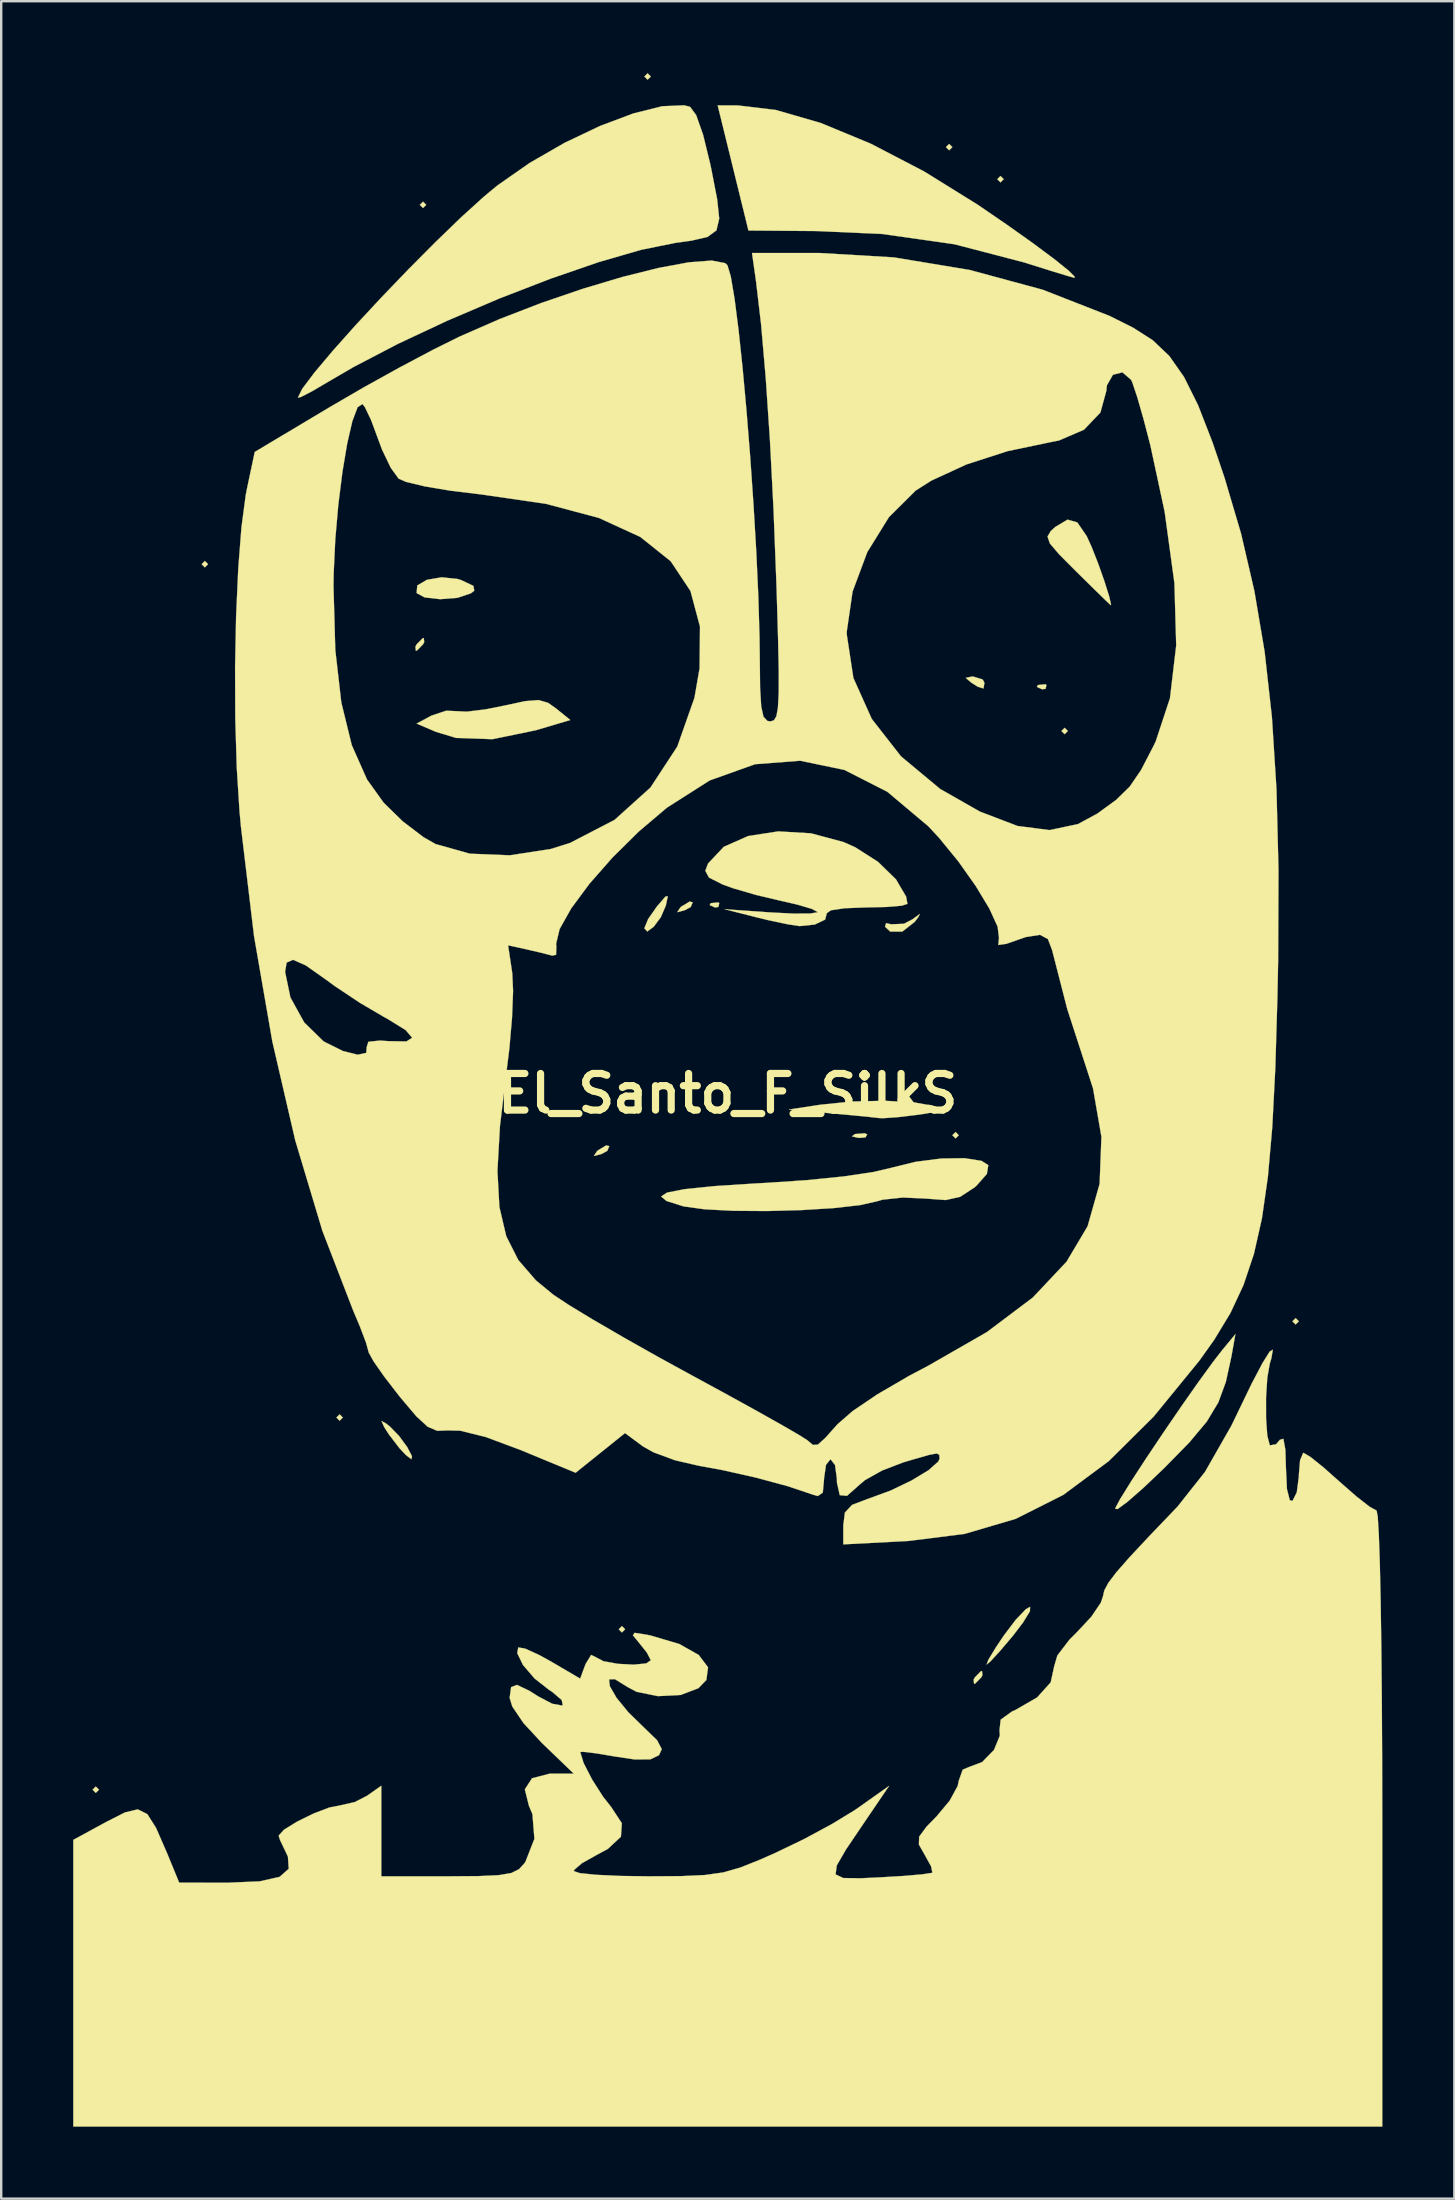
<source format=kicad_pcb>
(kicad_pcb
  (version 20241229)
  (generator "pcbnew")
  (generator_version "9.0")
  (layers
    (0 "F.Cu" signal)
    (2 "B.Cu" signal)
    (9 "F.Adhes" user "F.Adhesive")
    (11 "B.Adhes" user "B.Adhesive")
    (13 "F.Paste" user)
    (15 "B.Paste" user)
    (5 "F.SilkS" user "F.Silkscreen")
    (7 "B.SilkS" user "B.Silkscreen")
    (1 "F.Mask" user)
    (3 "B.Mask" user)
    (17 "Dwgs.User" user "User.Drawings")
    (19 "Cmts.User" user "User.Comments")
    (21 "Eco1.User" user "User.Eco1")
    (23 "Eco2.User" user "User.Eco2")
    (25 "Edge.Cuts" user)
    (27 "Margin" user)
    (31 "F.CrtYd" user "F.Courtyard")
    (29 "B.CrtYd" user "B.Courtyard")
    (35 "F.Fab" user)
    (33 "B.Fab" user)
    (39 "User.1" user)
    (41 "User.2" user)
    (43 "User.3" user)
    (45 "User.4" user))
  (footprint "El_Santo_F_SilkS"
    (layer "F.Cu")
    (at 27.277 42.517)
    (property "Reference" "El_Santo_F_SilkS" (at 0 0 0) (layer "F.SilkS") (effects (font (size 1.524 1.524) (thickness 0.3))))
    (attr through_hole)
    (fp_poly (pts (xy -26.202 29.009) (xy -26.336 29.143) (xy -26.469 29.009) (xy -26.336 28.876) (xy -26.202 29.009)) (stroke (width 0.01) (type solid)) (fill yes) (layer "F.SilkS"))
    (fp_poly (pts (xy -21.657 -22.058) (xy -21.791 -21.924) (xy -21.924 -22.058) (xy -21.791 -22.192) (xy -21.657 -22.058)) (stroke (width 0.01) (type solid)) (fill yes) (layer "F.SilkS"))
    (fp_poly (pts (xy -16.042 13.502) (xy -16.176 13.636) (xy -16.309 13.502) (xy -16.176 13.368) (xy -16.042 13.502)) (stroke (width 0.01) (type solid)) (fill yes) (layer "F.SilkS"))
    (fp_poly (pts (xy -12.566 -37.031) (xy -12.7 -36.897) (xy -12.834 -37.031) (xy -12.7 -37.164) (xy -12.566 -37.031)) (stroke (width 0.01) (type solid)) (fill yes) (layer "F.SilkS"))
    (fp_poly (pts (xy -4.278 22.325) (xy -4.412 22.459) (xy -4.545 22.325) (xy -4.412 22.192) (xy -4.278 22.325)) (stroke (width 0.01) (type solid)) (fill yes) (layer "F.SilkS"))
    (fp_poly (pts (xy -3.208 -42.378) (xy -3.342 -42.244) (xy -3.476 -42.378) (xy -3.342 -42.512) (xy -3.208 -42.378)) (stroke (width 0.01) (type solid)) (fill yes) (layer "F.SilkS"))
    (fp_poly (pts (xy 9.358 -39.437) (xy 9.224 -39.303) (xy 9.091 -39.437) (xy 9.224 -39.571) (xy 9.358 -39.437)) (stroke (width 0.01) (type solid)) (fill yes) (layer "F.SilkS"))
    (fp_poly (pts (xy 9.625 1.738) (xy 9.492 1.872) (xy 9.358 1.738) (xy 9.492 1.604) (xy 9.625 1.738)) (stroke (width 0.01) (type solid)) (fill yes) (layer "F.SilkS"))
    (fp_poly (pts (xy 11.497 -38.1) (xy 11.363 -37.966) (xy 11.229 -38.1) (xy 11.363 -38.234) (xy 11.497 -38.1)) (stroke (width 0.01) (type solid)) (fill yes) (layer "F.SilkS"))
    (fp_poly (pts (xy 14.171 -15.106) (xy 14.037 -14.973) (xy 13.903 -15.106) (xy 14.037 -15.24) (xy 14.171 -15.106)) (stroke (width 0.01) (type solid)) (fill yes) (layer "F.SilkS"))
    (fp_poly (pts (xy 23.796 9.492) (xy 23.662 9.625) (xy 23.528 9.492) (xy 23.662 9.358) (xy 23.796 9.492)) (stroke (width 0.01) (type solid)) (fill yes) (layer "F.SilkS"))
    (fp_poly (pts (xy -0.356 -7.932) (xy -0.393 -7.773) (xy -0.535 -7.754) (xy -0.755 -7.852) (xy -0.713 -7.932) (xy -0.396 -7.964) (xy -0.356 -7.932)) (stroke (width 0.01) (type solid)) (fill yes) (layer "F.SilkS"))
    (fp_poly (pts (xy 5.81 1.71) (xy 5.73 1.832) (xy 5.459 1.85) (xy 5.173 1.785) (xy 5.297 1.689) (xy 5.715 1.657) (xy 5.81 1.71)) (stroke (width 0.01) (type solid)) (fill yes) (layer "F.SilkS"))
    (fp_poly (pts (xy 13.279 -17.022) (xy 13.243 -16.864) (xy 13.101 -16.844) (xy 12.881 -16.942) (xy 12.923 -17.022) (xy 13.24 -17.054) (xy 13.279 -17.022)) (stroke (width 0.01) (type solid)) (fill yes) (layer "F.SilkS"))
    (fp_poly (pts (xy -4.939 2.191) (xy -5.019 2.389) (xy -5.269 2.523) (xy -5.581 2.604) (xy -5.453 2.408) (xy -5.419 2.373) (xy -5.068 2.162) (xy -4.939 2.191)) (stroke (width 0.01) (type solid)) (fill yes) (layer "F.SilkS"))
    (fp_poly (pts (xy -1.463 -7.969) (xy -1.544 -7.771) (xy -1.793 -7.637) (xy -2.106 -7.556) (xy -1.977 -7.752) (xy -1.943 -7.787) (xy -1.592 -7.998) (xy -1.463 -7.969)) (stroke (width 0.01) (type solid)) (fill yes) (layer "F.SilkS"))
    (fp_poly (pts (xy -12.65 -18.81) (xy -12.7 -18.716) (xy -12.952 -18.46) (xy -12.999 -18.448) (xy -13.017 -18.621) (xy -12.967 -18.716) (xy -12.715 -18.971) (xy -12.668 -18.983) (xy -12.65 -18.81)) (stroke (width 0.01) (type solid)) (fill yes) (layer "F.SilkS"))
    (fp_poly (pts (xy 10.611 24.236) (xy 10.561 24.331) (xy 10.309 24.586) (xy 10.262 24.598) (xy 10.244 24.425) (xy 10.294 24.331) (xy 10.546 24.075) (xy 10.593 24.063) (xy 10.611 24.236)) (stroke (width 0.01) (type solid)) (fill yes) (layer "F.SilkS"))
    (fp_poly (pts (xy 10.623 -17.252) (xy 10.695 -17.112) (xy 10.654 -16.878) (xy 10.422 -16.948) (xy 10.16 -17.112) (xy 9.914 -17.319) (xy 10.167 -17.374) (xy 10.227 -17.375) (xy 10.623 -17.252)) (stroke (width 0.01) (type solid)) (fill yes) (layer "F.SilkS"))
    (fp_poly (pts (xy 7.936 -7.345) (xy 7.788 -7.152) (xy 7.271 -6.747) (xy 6.771 -6.746) (xy 6.552 -6.949) (xy 6.596 -7.1) (xy 6.807 -7.052) (xy 7.338 -7.073) (xy 7.69 -7.256) (xy 8.004 -7.485) (xy 7.936 -7.345)) (stroke (width 0.01) (type solid)) (fill yes) (layer "F.SilkS"))
    (fp_poly (pts (xy -14.239 13.75) (xy -14.074 13.881) (xy -13.701 14.265) (xy -13.358 14.733) (xy -13.159 15.114) (xy -13.184 15.24) (xy -13.415 15.063) (xy -13.687 14.772) (xy -14.116 14.213) (xy -14.315 13.903) (xy -14.431 13.645) (xy -14.239 13.75)) (stroke (width 0.01) (type solid)) (fill yes) (layer "F.SilkS"))
    (fp_poly (pts (xy -2.58 -7.839) (xy -2.583 -7.829) (xy -2.788 -7.352) (xy -3.086 -6.95) (xy -3.355 -6.751) (xy -3.476 -6.882) (xy -3.476 -6.889) (xy -3.319 -7.272) (xy -2.955 -7.791) (xy -2.597 -8.209) (xy -2.499 -8.222) (xy -2.58 -7.839)) (stroke (width 0.01) (type solid)) (fill yes) (layer "F.SilkS"))
    (fp_poly (pts (xy -11.258 -21.442) (xy -11.097 -21.39) (xy -10.599 -21.152) (xy -10.564 -20.954) (xy -10.704 -20.843) (xy -11.263 -20.656) (xy -11.985 -20.599) (xy -12.634 -20.673) (xy -12.967 -20.854) (xy -12.939 -21.171) (xy -12.538 -21.406) (xy -11.925 -21.511) (xy -11.258 -21.442)) (stroke (width 0.01) (type solid)) (fill yes) (layer "F.SilkS"))
    (fp_poly (pts (xy 12.591 21.573) (xy 12.299 22.049) (xy 11.884 22.593) (xy 11.336 23.239) (xy 10.932 23.676) (xy 10.783 23.796) (xy 10.857 23.598) (xy 11.165 23.089) (xy 11.497 22.593) (xy 12.002 21.925) (xy 12.422 21.488) (xy 12.597 21.389) (xy 12.591 21.573)) (stroke (width 0.01) (type solid)) (fill yes) (layer "F.SilkS"))
    (fp_poly (pts (xy -7.492 -16.282) (xy -7.158 -16.047) (xy -6.562 -15.564) (xy -8.009 -15.135) (xy -9.809 -14.765) (xy -11.326 -14.818) (xy -12.165 -15.072) (xy -12.967 -15.415) (xy -12.345 -15.749) (xy -11.734 -15.951) (xy -11.334 -15.934) (xy -10.878 -15.912) (xy -10.095 -16.008) (xy -9.35 -16.157) (xy -8.443 -16.351) (xy -7.881 -16.395) (xy -7.492 -16.282)) (stroke (width 0.01) (type solid)) (fill yes) (layer "F.SilkS"))
    (fp_poly (pts (xy 7.778 0.373) (xy 8.556 0.511) (xy 8.876 0.633) (xy 8.792 0.731) (xy 8.25 0.837) (xy 7.917 0.886) (xy 7.094 0.985) (xy 6.48 1.028) (xy 6.313 1.023) (xy 5.907 0.977) (xy 5.142 0.902) (xy 4.278 0.823) (xy 2.54 0.668) (xy 3.847 0.468) (xy 5.167 0.333) (xy 6.545 0.302) (xy 7.778 0.373)) (stroke (width 0.01) (type solid)) (fill yes) (layer "F.SilkS"))
    (fp_poly (pts (xy 14.564 -23.799) (xy 14.958 -23.224) (xy 15.168 -22.761) (xy 15.439 -22.07) (xy 15.698 -21.336) (xy 15.892 -20.718) (xy 15.971 -20.373) (xy 15.957 -20.349) (xy 15.758 -20.537) (xy 15.277 -21.005) (xy 14.613 -21.66) (xy 14.508 -21.763) (xy 13.797 -22.478) (xy 13.419 -22.924) (xy 13.323 -23.21) (xy 13.46 -23.441) (xy 13.652 -23.614) (xy 14.155 -23.914) (xy 14.564 -23.799)) (stroke (width 0.01) (type solid)) (fill yes) (layer "F.SilkS"))
    (fp_poly (pts (xy 20.985 10.962) (xy 20.755 12.015) (xy 20.44 12.872) (xy 19.961 13.668) (xy 19.235 14.536) (xy 18.183 15.61) (xy 18.143 15.648) (xy 17.31 16.44) (xy 16.653 17.014) (xy 16.24 17.317) (xy 16.137 17.295) (xy 16.35 16.897) (xy 16.803 16.167) (xy 17.427 15.21) (xy 18.152 14.128) (xy 18.907 13.025) (xy 19.623 12.005) (xy 20.23 11.171) (xy 20.6 10.695) (xy 21.153 10.026) (xy 20.985 10.962)) (stroke (width 0.01) (type solid)) (fill yes) (layer "F.SilkS"))
    (fp_poly (pts (xy 1.993 -40.986) (xy 3.873 -40.443) (xy 5.962 -39.578) (xy 8.181 -38.423) (xy 10.411 -37.039) (xy 11.635 -36.201) (xy 12.719 -35.431) (xy 13.596 -34.778) (xy 14.2 -34.293) (xy 14.465 -34.027) (xy 14.438 -33.992) (xy 14.137 -34.076) (xy 13.461 -34.282) (xy 12.548 -34.569) (xy 12.371 -34.626) (xy 9.449 -35.388) (xy 6.441 -35.816) (xy 3.706 -35.939) (xy 0.861 -35.961) (xy -0.421 -41.175) (xy 0.402 -41.175) (xy 1.993 -40.986)) (stroke (width 0.01) (type solid)) (fill yes) (layer "F.SilkS"))
    (fp_poly (pts (xy 10.573 2.806) (xy 10.856 2.985) (xy 10.796 3.351) (xy 10.36 3.846) (xy 10.27 3.92) (xy 9.681 4.306) (xy 9.077 4.439) (xy 8.225 4.376) (xy 7.292 4.334) (xy 6.452 4.424) (xy 6.22 4.49) (xy 5.507 4.651) (xy 4.406 4.775) (xy 3.062 4.858) (xy 1.623 4.897) (xy 0.233 4.887) (xy -0.962 4.825) (xy -1.816 4.707) (xy -1.868 4.695) (xy -2.553 4.478) (xy -2.778 4.29) (xy -2.53 4.127) (xy -1.794 3.984) (xy -0.555 3.858) (xy 1.202 3.744) (xy 1.584 3.724) (xy 3.303 3.609) (xy 4.834 3.454) (xy 6.057 3.273) (xy 6.794 3.1) (xy 7.826 2.845) (xy 8.898 2.708) (xy 9.863 2.694) (xy 10.573 2.806)) (stroke (width 0.01) (type solid)) (fill yes) (layer "F.SilkS"))
    (fp_poly (pts (xy -1.573 -41.117) (xy -1.318 -40.772) (xy -1.03 -39.956) (xy -0.73 -38.728) (xy -0.684 -38.506) (xy -0.444 -37.271) (xy -0.357 -36.459) (xy -0.473 -35.967) (xy -0.844 -35.694) (xy -1.52 -35.538) (xy -2.195 -35.444) (xy -3.612 -35.157) (xy -5.38 -34.645) (xy -7.388 -33.953) (xy -9.526 -33.126) (xy -11.681 -32.206) (xy -13.743 -31.24) (xy -15.601 -30.27) (xy -16.63 -29.671) (xy -17.323 -29.263) (xy -17.789 -29.024) (xy -17.914 -28.998) (xy -17.732 -29.367) (xy -17.228 -30.037) (xy -16.469 -30.939) (xy -15.519 -32.005) (xy -14.442 -33.165) (xy -13.303 -34.351) (xy -12.167 -35.493) (xy -11.1 -36.523) (xy -10.165 -37.371) (xy -9.603 -37.837) (xy -8.26 -38.775) (xy -6.801 -39.616) (xy -5.325 -40.318) (xy -3.935 -40.84) (xy -2.732 -41.141) (xy -1.818 -41.179) (xy -1.573 -41.117)) (stroke (width 0.01) (type solid)) (fill yes) (layer "F.SilkS"))
    (fp_poly (pts (xy 3.466 -10.843) (xy 4.824 -10.478) (xy 5.302 -10.266) (xy 6.26 -9.655) (xy 7.009 -8.924) (xy 7.433 -8.202) (xy 7.486 -7.901) (xy 7.242 -7.826) (xy 6.603 -7.773) (xy 5.733 -7.754) (xy 4.871 -7.721) (xy 4.294 -7.635) (xy 4.127 -7.515) (xy 4.127 -7.514) (xy 4.056 -7.247) (xy 3.622 -7.041) (xy 2.999 -6.977) (xy 2.986 -6.977) (xy 2.476 -7.056) (xy 1.678 -7.226) (xy 1.203 -7.341) (xy -0.134 -7.68) (xy 1.805 -7.544) (xy 2.744 -7.498) (xy 3.433 -7.501) (xy 3.738 -7.552) (xy 3.743 -7.562) (xy 3.504 -7.693) (xy 2.885 -7.876) (xy 2.206 -8.031) (xy 1.179 -8.274) (xy 0.222 -8.553) (xy -0.214 -8.71) (xy -0.785 -8.999) (xy -0.936 -9.282) (xy -0.825 -9.582) (xy -0.169 -10.279) (xy 0.847 -10.73) (xy 2.1 -10.923) (xy 3.466 -10.843)) (stroke (width 0.01) (type solid)) (fill yes) (layer "F.SilkS"))
    (fp_poly (pts (xy 22.651 11.033) (xy 22.585 11.253) (xy 22.481 11.843) (xy 22.429 12.667) (xy 22.43 13.535) (xy 22.481 14.26) (xy 22.584 14.651) (xy 22.592 14.66) (xy 22.846 14.615) (xy 23.004 14.43) (xy 23.152 14.387) (xy 23.235 14.846) (xy 23.257 15.59) (xy 23.3 16.483) (xy 23.417 16.942) (xy 23.528 16.978) (xy 23.709 16.622) (xy 23.795 15.974) (xy 23.796 15.893) (xy 23.847 15.281) (xy 23.973 14.982) (xy 23.996 14.975) (xy 24.281 15.145) (xy 24.832 15.587) (xy 25.498 16.179) (xy 26.196 16.791) (xy 26.751 17.223) (xy 27.036 17.379) (xy 27.084 17.638) (xy 27.129 18.385) (xy 27.17 19.57) (xy 27.205 21.147) (xy 27.233 23.067) (xy 27.254 25.283) (xy 27.267 27.746) (xy 27.272 30.213) (xy 27.272 43.046) (xy -27.272 43.046) (xy -27.272 31.1) (xy -25.893 30.349) (xy -25.118 29.956) (xy -24.585 29.829) (xy -24.189 30.026) (xy -23.823 30.603) (xy -23.381 31.618) (xy -23.34 31.716) (xy -22.86 32.884) (xy -20.821 32.885) (xy -19.505 32.828) (xy -18.676 32.642) (xy -18.296 32.306) (xy -18.329 31.801) (xy -18.43 31.584) (xy -18.656 31.113) (xy -18.716 30.925) (xy -18.494 30.677) (xy -17.948 30.34) (xy -17.257 30.001) (xy -16.602 29.752) (xy -16.22 29.678) (xy -15.543 29.525) (xy -15.032 29.262) (xy -14.438 28.845) (xy -14.438 32.619) (xy -11.646 32.619) (xy -10.383 32.61) (xy -9.545 32.571) (xy -9.019 32.481) (xy -8.696 32.319) (xy -8.465 32.064) (xy -8.437 32.025) (xy -8.058 31.057) (xy -8.141 30.026) (xy -8.287 29.68) (xy -8.457 28.995) (xy -8.157 28.532) (xy -7.425 28.343) (xy -7.325 28.341) (xy -6.419 28.341) (xy -7.755 27.053) (xy -8.514 26.233) (xy -8.981 25.542) (xy -9.091 25.182) (xy -9.029 24.737) (xy -8.783 24.642) (xy -8.259 24.893) (xy -7.904 25.119) (xy -7.319 25.427) (xy -6.912 25.502) (xy -6.879 25.489) (xy -6.919 25.274) (xy -7.322 24.93) (xy -7.447 24.85) (xy -8.055 24.373) (xy -8.533 23.814) (xy -8.774 23.321) (xy -8.732 23.081) (xy -8.447 23.129) (xy -7.86 23.396) (xy -7.374 23.664) (xy -6.151 24.381) (xy -5.927 23.775) (xy -5.694 23.392) (xy -5.509 23.483) (xy -5.183 23.655) (xy -4.587 23.764) (xy -3.924 23.799) (xy -3.398 23.747) (xy -3.208 23.616) (xy -3.368 23.303) (xy -3.676 22.914) (xy -3.954 22.575) (xy -3.882 22.472) (xy -3.384 22.55) (xy -3.208 22.587) (xy -2.021 22.938) (xy -1.212 23.394) (xy -0.822 23.91) (xy -0.893 24.438) (xy -1.225 24.781) (xy -1.964 25.062) (xy -2.913 25.111) (xy -3.8 24.931) (xy -4.16 24.74) (xy -4.705 24.404) (xy -4.948 24.413) (xy -4.916 24.696) (xy -4.639 25.177) (xy -4.144 25.784) (xy -3.521 26.391) (xy -2.942 26.953) (xy -2.752 27.321) (xy -2.868 27.573) (xy -3.232 27.748) (xy -3.882 27.749) (xy -4.672 27.631) (xy -5.473 27.497) (xy -6.01 27.432) (xy -6.149 27.438) (xy -6.006 27.902) (xy -5.651 28.59) (xy -5.198 29.3) (xy -4.861 29.729) (xy -4.414 30.407) (xy -4.454 30.97) (xy -5.001 31.479) (xy -5.473 31.733) (xy -6.074 32.07) (xy -6.399 32.35) (xy -6.417 32.401) (xy -6.167 32.486) (xy -5.487 32.556) (xy -4.483 32.603) (xy -3.309 32.619) (xy -1.948 32.611) (xy -0.962 32.566) (xy -0.19 32.457) (xy 0.526 32.252) (xy 1.348 31.923) (xy 1.972 31.648) (xy 3.159 31.077) (xy 4.337 30.442) (xy 5.286 29.864) (xy 5.433 29.763) (xy 6.722 28.85) (xy 5.627 30.462) (xy 4.926 31.501) (xy 4.54 32.167) (xy 4.492 32.538) (xy 4.809 32.69) (xy 5.516 32.701) (xy 6.345 32.662) (xy 7.339 32.603) (xy 8.103 32.536) (xy 8.501 32.476) (xy 8.525 32.464) (xy 8.47 32.201) (xy 8.198 31.711) (xy 7.964 31.296) (xy 7.974 30.966) (xy 8.28 30.552) (xy 8.696 30.126) (xy 9.246 29.467) (xy 9.579 28.856) (xy 9.625 28.635) (xy 9.786 28.179) (xy 10.026 28.074) (xy 10.599 27.859) (xy 11.093 27.352) (xy 11.337 26.757) (xy 11.323 26.53) (xy 11.371 26.091) (xy 11.849 25.746) (xy 11.992 25.684) (xy 12.889 25.166) (xy 13.455 24.538) (xy 13.593 23.907) (xy 13.592 23.897) (xy 13.732 23.418) (xy 14.234 22.761) (xy 14.545 22.45) (xy 15.147 21.804) (xy 15.544 21.217) (xy 15.631 20.964) (xy 15.688 20.709) (xy 15.855 20.394) (xy 16.184 19.958) (xy 16.729 19.336) (xy 17.543 18.464) (xy 18.678 17.279) (xy 18.737 17.217) (xy 19.884 15.769) (xy 20.984 13.842) (xy 21.258 13.274) (xy 21.831 12.087) (xy 22.279 11.235) (xy 22.581 10.752) (xy 22.713 10.673) (xy 22.651 11.033)) (stroke (width 0.01) (type solid)) (fill yes) (layer "F.SilkS"))
    (fp_poly (pts (xy 6.918 -34.842) (xy 10.074 -34.319) (xy 13.123 -33.494) (xy 15.904 -32.405) (xy 16.885 -31.915) (xy 17.706 -31.391) (xy 18.398 -30.733) (xy 19.011 -29.859) (xy 19.595 -28.687) (xy 20.199 -27.135) (xy 20.697 -25.667) (xy 21.389 -23.328) (xy 21.944 -20.934) (xy 22.37 -18.41) (xy 22.674 -15.683) (xy 22.864 -12.679) (xy 22.948 -9.322) (xy 22.933 -5.54) (xy 22.903 -4.011) (xy 22.816 -1.076) (xy 22.689 1.393) (xy 22.507 3.464) (xy 22.257 5.208) (xy 21.922 6.69) (xy 21.489 7.982) (xy 20.943 9.15) (xy 20.269 10.263) (xy 19.651 11.13) (xy 17.741 13.468) (xy 15.871 15.321) (xy 13.978 16.726) (xy 12 17.722) (xy 9.873 18.349) (xy 7.534 18.645) (xy 7.419 18.651) (xy 4.813 18.787) (xy 4.813 17.992) (xy 4.88 17.46) (xy 5.179 17.141) (xy 5.853 16.884) (xy 5.888 16.874) (xy 6.784 16.545) (xy 7.656 16.126) (xy 8.366 15.696) (xy 8.775 15.333) (xy 8.823 15.214) (xy 8.814 15.054) (xy 8.704 14.999) (xy 8.373 15.062) (xy 7.697 15.256) (xy 7.311 15.371) (xy 6.435 15.706) (xy 5.717 16.109) (xy 5.483 16.307) (xy 4.968 16.764) (xy 4.665 16.736) (xy 4.549 16.215) (xy 4.545 16.042) (xy 4.468 15.479) (xy 4.281 15.24) (xy 4.278 15.24) (xy 4.093 15.473) (xy 4.011 16.037) (xy 4.011 16.071) (xy 3.959 16.631) (xy 3.751 16.773) (xy 3.543 16.714) (xy 2.516 16.368) (xy 1.182 16.007) (xy -0.234 15.689) (xy -1.186 15.516) (xy -2.196 15.283) (xy -3.101 14.949) (xy -3.529 14.708) (xy -4.284 14.15) (xy -5.313 14.977) (xy -6.341 15.803) (xy -8.631 14.856) (xy -10.087 14.313) (xy -11.155 14.049) (xy -11.676 14.038) (xy -12.108 14.055) (xy -12.504 13.887) (xy -12.976 13.453) (xy -13.638 12.671) (xy -13.703 12.59) (xy -14.313 11.8) (xy -14.763 11.156) (xy -14.968 10.781) (xy -14.973 10.754) (xy -15.074 10.384) (xy -15.335 9.696) (xy -15.605 9.057) (xy -16.893 5.722) (xy -17.642 3.226) (xy -9.599 3.226) (xy -9.517 4.729) (xy -9.233 5.941) (xy -8.731 6.936) (xy -7.995 7.787) (xy -7.266 8.387) (xy -6.628 8.809) (xy -5.619 9.421) (xy -4.339 10.165) (xy -2.89 10.982) (xy -1.471 11.759) (xy -0.044 12.535) (xy 1.226 13.236) (xy 2.262 13.818) (xy 2.986 14.238) (xy 3.322 14.453) (xy 3.329 14.459) (xy 3.548 14.644) (xy 3.751 14.631) (xy 4.064 14.35) (xy 4.567 13.785) (xy 5.205 13.229) (xy 6.233 12.534) (xy 7.549 11.768) (xy 8.369 11.334) (xy 10.799 9.939) (xy 12.71 8.501) (xy 14.115 7.009) (xy 14.993 5.532) (xy 15.494 3.763) (xy 15.569 1.804) (xy 15.22 -0.21) (xy 14.985 -0.936) (xy 14.145 -3.52) (xy 13.515 -5.975) (xy 13.339 -6.437) (xy 13.01 -6.613) (xy 12.413 -6.519) (xy 11.609 -6.238) (xy 11.272 -6.189) (xy 11.301 -6.486) (xy 11.244 -6.952) (xy 10.898 -7.709) (xy 10.331 -8.648) (xy 9.613 -9.664) (xy 8.81 -10.647) (xy 8.357 -11.136) (xy 6.648 -12.573) (xy 4.859 -13.484) (xy 3.014 -13.867) (xy 1.136 -13.722) (xy -0.753 -13.047) (xy -2.536 -11.912) (xy -3.707 -10.919) (xy -4.806 -9.833) (xy -5.767 -8.738) (xy -6.523 -7.717) (xy -7.008 -6.853) (xy -7.156 -6.229) (xy -7.143 -6.156) (xy -7.155 -5.781) (xy -7.316 -5.746) (xy -7.787 -5.868) (xy -8.388 -6.007) (xy -9.155 -6.176) (xy -8.981 -5.017) (xy -8.947 -4.264) (xy -8.991 -3.153) (xy -9.104 -1.857) (xy -9.217 -0.947) (xy -9.494 1.358) (xy -9.599 3.226) (xy -17.642 3.226) (xy -18.024 1.953) (xy -18.979 -2.167) (xy -19.483 -5.071) (xy -18.448 -5.071) (xy -18.226 -4.004) (xy -17.65 -2.961) (xy -16.855 -2.185) (xy -16.793 -2.146) (xy -16.04 -1.772) (xy -15.425 -1.617) (xy -15.066 -1.694) (xy -15.045 -1.942) (xy -14.977 -2.157) (xy -14.493 -2.207) (xy -14.138 -2.182) (xy -13.392 -2.17) (xy -13.153 -2.324) (xy -13.422 -2.642) (xy -14.197 -3.121) (xy -14.338 -3.197) (xy -15.331 -3.78) (xy -16.374 -4.474) (xy -16.728 -4.734) (xy -17.581 -5.336) (xy -18.114 -5.573) (xy -18.383 -5.456) (xy -18.448 -5.071) (xy -19.483 -5.071) (xy -19.741 -6.557) (xy -20.289 -11.132) (xy -20.346 -11.763) (xy -20.462 -13.587) (xy -20.523 -15.632) (xy -20.531 -17.775) (xy -20.489 -19.897) (xy -20.433 -21.122) (xy -16.43 -21.122) (xy -16.355 -18.482) (xy -16.105 -16.298) (xy -15.669 -14.518) (xy -15.034 -13.087) (xy -14.341 -12.119) (xy -13.55 -11.346) (xy -12.68 -10.682) (xy -12.176 -10.395) (xy -10.748 -9.994) (xy -9.088 -9.926) (xy -7.38 -10.189) (xy -6.573 -10.442) (xy -4.718 -11.403) (xy -3.222 -12.751) (xy -2.105 -14.456) (xy -1.389 -16.489) (xy -1.176 -17.719) (xy -1.159 -19.456) (xy -1.555 -20.94) (xy -2.38 -22.181) (xy -3.647 -23.193) (xy -5.373 -23.985) (xy -7.571 -24.571) (xy -10.257 -24.962) (xy -10.286 -24.965) (xy -11.551 -25.119) (xy -12.632 -25.3) (xy -13.403 -25.486) (xy -13.715 -25.621) (xy -14.044 -26.074) (xy -14.406 -26.828) (xy -14.577 -27.289) (xy -14.863 -28.06) (xy -15.118 -28.595) (xy -15.223 -28.732) (xy -15.426 -28.598) (xy -15.643 -28.021) (xy -15.858 -27.092) (xy -16.058 -25.902) (xy -16.229 -24.541) (xy -16.355 -23.101) (xy -16.423 -21.672) (xy -16.43 -21.122) (xy -20.433 -21.122) (xy -20.399 -21.878) (xy -20.265 -23.597) (xy -20.088 -24.934) (xy -20.037 -25.198) (xy -19.712 -26.734) (xy -16.587 -28.602) (xy -15.173 -29.424) (xy -13.669 -30.258) (xy -12.258 -31.006) (xy -11.178 -31.541) (xy -9.51 -32.271) (xy -7.77 -32.943) (xy -6.034 -33.536) (xy -4.38 -34.03) (xy -2.883 -34.403) (xy -1.621 -34.637) (xy -0.67 -34.71) (xy -0.107 -34.602) (xy -0.015 -34.515) (xy 0.124 -34.052) (xy 0.28 -33.134) (xy 0.446 -31.841) (xy 0.615 -30.254) (xy 0.78 -28.451) (xy 0.935 -26.513) (xy 1.073 -24.519) (xy 1.189 -22.549) (xy 1.274 -20.684) (xy 1.323 -19.001) (xy 1.333 -18.114) (xy 1.346 -16.9) (xy 1.393 -16.126) (xy 1.488 -15.7) (xy 1.648 -15.528) (xy 1.774 -15.507) (xy 1.919 -15.549) (xy 2.023 -15.716) (xy 2.089 -16.075) (xy 2.122 -16.691) (xy 2.123 -17.631) (xy 2.095 -18.959) (xy 2.09 -19.122) (xy 4.959 -19.122) (xy 5.233 -17.318) (xy 6 -15.609) (xy 7.218 -14.049) (xy 8.848 -12.692) (xy 10.507 -11.747) (xy 12.073 -11.149) (xy 13.405 -10.977) (xy 14.59 -11.227) (xy 15.399 -11.665) (xy 16.183 -12.236) (xy 16.745 -12.785) (xy 17.218 -13.476) (xy 17.735 -14.473) (xy 17.831 -14.673) (xy 18.425 -16.47) (xy 18.685 -18.673) (xy 18.611 -21.267) (xy 18.204 -24.242) (xy 17.61 -27.004) (xy 17.328 -28.091) (xy 17.063 -29.015) (xy 16.859 -29.623) (xy 16.81 -29.735) (xy 16.446 -30.052) (xy 16.05 -29.951) (xy 15.797 -29.509) (xy 15.775 -29.284) (xy 15.527 -28.377) (xy 14.841 -27.66) (xy 13.8 -27.212) (xy 13.459 -27.145) (xy 11.659 -26.768) (xy 9.943 -26.213) (xy 8.486 -25.542) (xy 7.828 -25.125) (xy 6.714 -24.017) (xy 5.812 -22.559) (xy 5.2 -20.918) (xy 4.96 -19.264) (xy 4.959 -19.122) (xy 2.09 -19.122) (xy 2.042 -20.742) (xy 2.028 -21.189) (xy 1.907 -24.31) (xy 1.757 -27.213) (xy 1.581 -29.821) (xy 1.387 -32.054) (xy 1.178 -33.835) (xy 1.17 -33.889) (xy 1.009 -35.025) (xy 3.817 -35.025) (xy 6.918 -34.842)) (stroke (width 0.01) (type solid)) (fill yes) (layer "F.SilkS")))
  (gr_rect
    (start -3 -3)
    (end 57.553 88.568)
    (stroke (width 0.1) (type default))
    (fill no)
    (layer "Edge.Cuts")))
</source>
